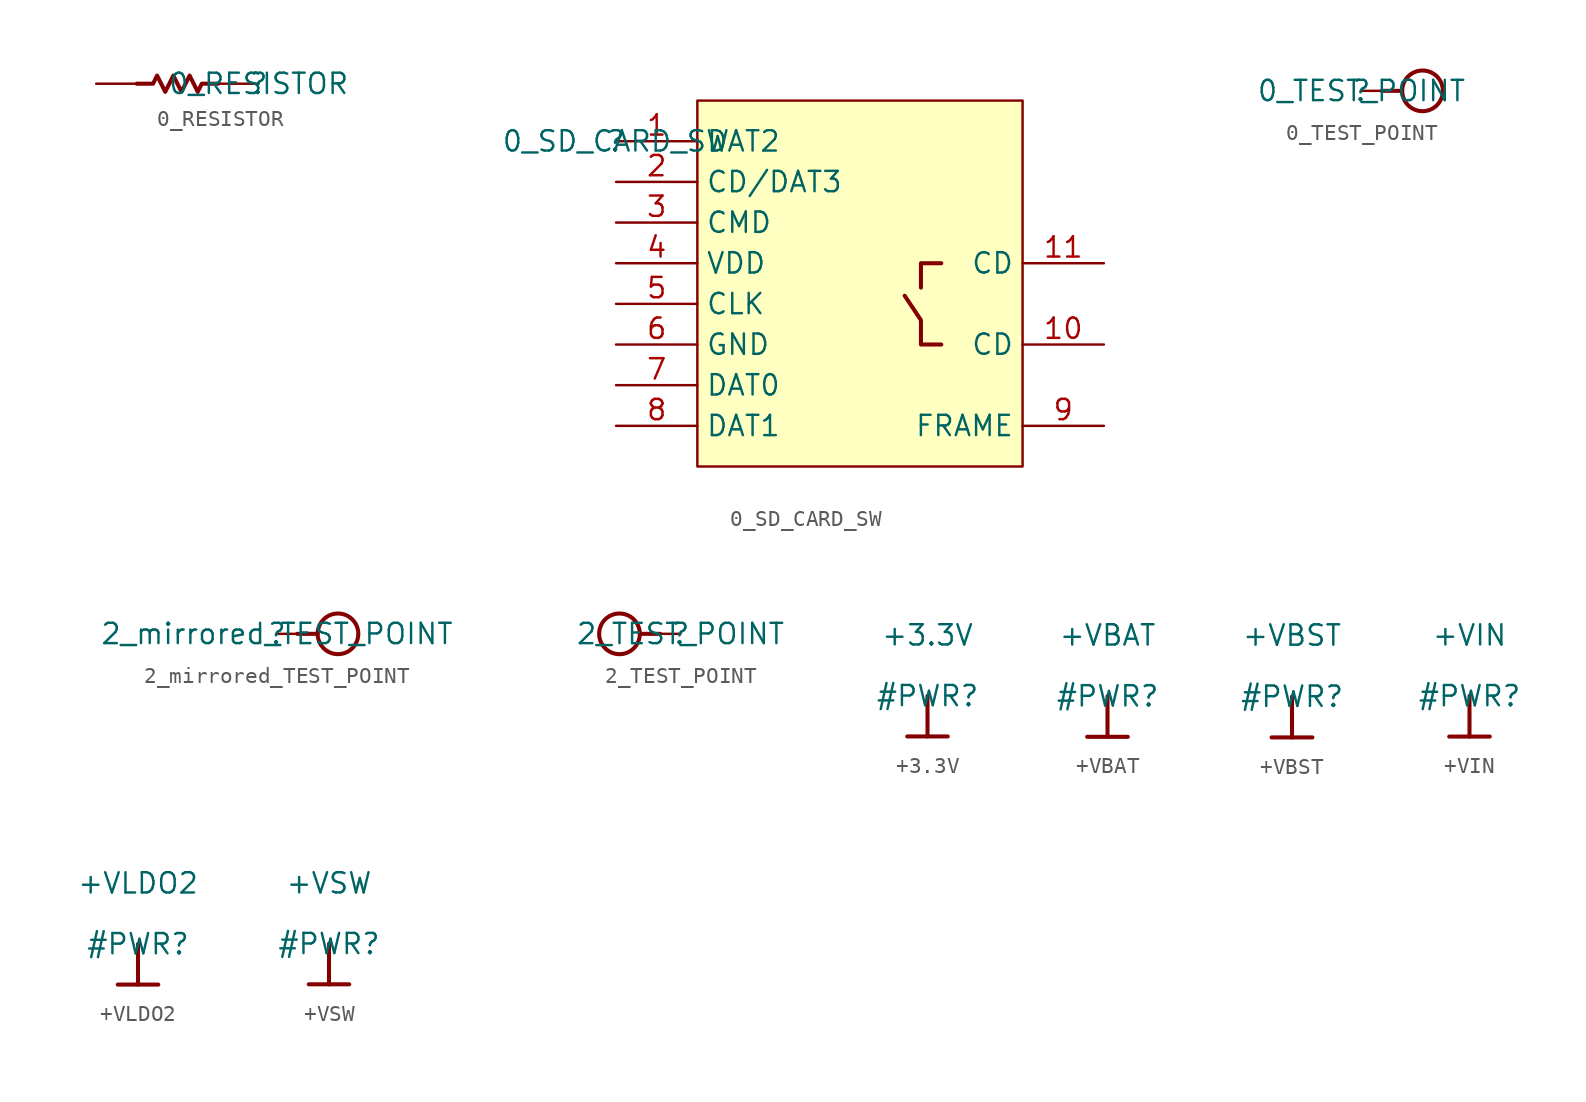
<source format=kicad_sym>
(kicad_symbol_lib
  (version 20210619)
  (generator kicad_symbol_editor)
  (symbol "OSD19001_BREAKOUTS-altium-import:0_RESISTOR"
    (property "Reference" ""
      (at 0 0 0)
      (effects (font (size 1.27 1.27))))
    (property "Value" "0_RESISTOR"
      (at 0 0 0)
      (effects (font (size 1.27 1.27))))
    (symbol "0_RESISTOR_1_0"
      (polyline (pts (xy -2.54 0) (xy -3.556 0) (xy -3.81 -0.508) (xy -4.318 0.508) (xy -4.826 -0.508) (xy -5.334 0.508) (xy -5.842 -0.508) (xy -6.35 0.508) (xy -6.604 0) (xy -7.62 0)) (stroke (width 0.254)) (fill (type none)))
      (pin passive line (at -10.16 0 0) (length 2.54) (name "1" (effects (font (size 0 0)))) (number "1" (effects (font (size 0 0)))))
      (pin passive line (at 0 0 180) (length 2.54) (name "2" (effects (font (size 0 0)))) (number "2" (effects (font (size 0 0)))))))
  (symbol "OSD19001_BREAKOUTS-altium-import:0_SD_CARD_SW"
    (property "Reference" ""
      (at 0 0 0)
      (effects (font (size 1.27 1.27))))
    (property "Value" "0_SD_CARD_SW"
      (at 0 0 0)
      (effects (font (size 1.27 1.27))))
    (symbol "0_SD_CARD_SW_1_0"
      (rectangle (start 25.4 2.54) (end 5.08 -20.32) (stroke (width 0)) (fill (type background)))
      (polyline (pts (xy 20.32 -12.7) (xy 19.05 -12.7) (xy 19.05 -11.176) (xy 18.034 -9.652)) (stroke (width 0.254)) (fill (type none)))
      (polyline (pts (xy 20.32 -7.62) (xy 19.05 -7.62) (xy 19.05 -9.144)) (stroke (width 0.254)) (fill (type none)))
      (pin passive line (at 0 0 0) (length 5.08) (name "DAT2" (effects (font (size 1.27 1.27)))) (number "1" (effects (font (size 1.27 1.27)))))
      (pin passive line (at 30.48 -12.7 180) (length 5.08) (name "CD" (effects (font (size 1.27 1.27)))) (number "10" (effects (font (size 1.27 1.27)))))
      (pin passive line (at 30.48 -7.62 180) (length 5.08) (name "CD" (effects (font (size 1.27 1.27)))) (number "11" (effects (font (size 1.27 1.27)))))
      (pin passive line (at 0 -2.54 0) (length 5.08) (name "CD/DAT3" (effects (font (size 1.27 1.27)))) (number "2" (effects (font (size 1.27 1.27)))))
      (pin passive line (at 0 -5.08 0) (length 5.08) (name "CMD" (effects (font (size 1.27 1.27)))) (number "3" (effects (font (size 1.27 1.27)))))
      (pin passive line (at 0 -7.62 0) (length 5.08) (name "VDD" (effects (font (size 1.27 1.27)))) (number "4" (effects (font (size 1.27 1.27)))))
      (pin passive line (at 0 -10.16 0) (length 5.08) (name "CLK" (effects (font (size 1.27 1.27)))) (number "5" (effects (font (size 1.27 1.27)))))
      (pin passive line (at 0 -12.7 0) (length 5.08) (name "GND" (effects (font (size 1.27 1.27)))) (number "6" (effects (font (size 1.27 1.27)))))
      (pin passive line (at 0 -15.24 0) (length 5.08) (name "DAT0" (effects (font (size 1.27 1.27)))) (number "7" (effects (font (size 1.27 1.27)))))
      (pin passive line (at 0 -17.78 0) (length 5.08) (name "DAT1" (effects (font (size 1.27 1.27)))) (number "8" (effects (font (size 1.27 1.27)))))
      (pin passive line (at 30.48 -17.78 180) (length 5.08) (name "FRAME" (effects (font (size 1.27 1.27)))) (number "9" (effects (font (size 1.27 1.27)))))))
  (symbol "OSD19001_BREAKOUTS-altium-import:0_TEST_POINT"
    (property "Reference" ""
      (at 0 0 0)
      (effects (font (size 1.27 1.27))))
    (property "Value" "0_TEST_POINT"
      (at 0 0 0)
      (effects (font (size 1.27 1.27))))
    (symbol "0_TEST_POINT_1_0"
      (circle (center 3.81 0) (radius 1.27) (stroke (width 0.254)) (fill (type none)))
      (polyline (pts (xy 1.27 0) (xy 2.54 0)) (stroke (width 0.254)) (fill (type none)))
      (pin passive line (at 0 0 0) (length 1.27) (name "1" (effects (font (size 0 0)))) (number "1" (effects (font (size 0 0)))))))
  (symbol "OSD19001_BREAKOUTS-altium-import:2_mirrored_TEST_POINT"
    (property "Reference" ""
      (at 0 0 0)
      (effects (font (size 1.27 1.27))))
    (property "Value" "2_mirrored_TEST_POINT"
      (at 0 0 0)
      (effects (font (size 1.27 1.27))))
    (symbol "2_mirrored_TEST_POINT_1_0"
      (circle (center 3.81 0) (radius 1.27) (stroke (width 0.254)) (fill (type none)))
      (polyline (pts (xy 1.27 0) (xy 2.54 0)) (stroke (width 0.254)) (fill (type none)))
      (pin passive line (at 0 0 0) (length 1.27) (name "1" (effects (font (size 0 0)))) (number "1" (effects (font (size 0 0)))))))
  (symbol "OSD19001_BREAKOUTS-altium-import:2_TEST_POINT"
    (property "Reference" ""
      (at 0 0 0)
      (effects (font (size 1.27 1.27))))
    (property "Value" "2_TEST_POINT"
      (at 0 0 0)
      (effects (font (size 1.27 1.27))))
    (symbol "2_TEST_POINT_1_0"
      (circle (center -3.81 0) (radius 1.27) (stroke (width 0.254)) (fill (type none)))
      (polyline (pts (xy -1.27 0) (xy -2.54 0)) (stroke (width 0.254)) (fill (type none)))
      (pin passive line (at 0 0 180) (length 1.27) (name "1" (effects (font (size 0 0)))) (number "1" (effects (font (size 0 0)))))))
  (symbol "OSD19001_BREAKOUTS-altium-import:+3.3V"
    (power)
    (property "Reference" "#PWR"
      (at 0 0 0)
      (effects (font (size 1.27 1.27))))
    (property "Value" "+3.3V"
      (at 0 3.81 0)
      (effects (font (size 1.27 1.27))))
    (symbol "+3.3V_0_0"
      (polyline (pts (xy -1.27 -2.54) (xy 1.27 -2.54)) (stroke (width 0.254)) (fill (type none)))
      (polyline (pts (xy 0 0) (xy 0 -2.54)) (stroke (width 0.254)) (fill (type none)))
      (pin power_in line (at 0 0 0) (length 0) hide (name "+3.3V" (effects (font (size 1.27 1.27)))) (number "" (effects (font (size 1.27 1.27)))))))
  (symbol "OSD19001_BREAKOUTS-altium-import:+VBAT"
    (power)
    (property "Reference" "#PWR"
      (at 0 0 0)
      (effects (font (size 1.27 1.27))))
    (property "Value" "+VBAT"
      (at 0 3.81 0)
      (effects (font (size 1.27 1.27))))
    (symbol "+VBAT_0_0"
      (polyline (pts (xy -1.27 -2.54) (xy 1.27 -2.54)) (stroke (width 0.254)) (fill (type none)))
      (polyline (pts (xy 0 0) (xy 0 -2.54)) (stroke (width 0.254)) (fill (type none)))
      (pin power_in line (at 0 0 0) (length 0) hide (name "+VBAT" (effects (font (size 1.27 1.27)))) (number "" (effects (font (size 1.27 1.27)))))))
  (symbol "OSD19001_BREAKOUTS-altium-import:+VBST"
    (power)
    (property "Reference" "#PWR"
      (at 0 0 0)
      (effects (font (size 1.27 1.27))))
    (property "Value" "+VBST"
      (at 0 3.81 0)
      (effects (font (size 1.27 1.27))))
    (symbol "+VBST_0_0"
      (polyline (pts (xy -1.27 -2.54) (xy 1.27 -2.54)) (stroke (width 0.254)) (fill (type none)))
      (polyline (pts (xy 0 0) (xy 0 -2.54)) (stroke (width 0.254)) (fill (type none)))
      (pin power_in line (at 0 0 0) (length 0) hide (name "+VBST" (effects (font (size 1.27 1.27)))) (number "" (effects (font (size 1.27 1.27)))))))
  (symbol "OSD19001_BREAKOUTS-altium-import:+VIN"
    (power)
    (property "Reference" "#PWR"
      (at 0 0 0)
      (effects (font (size 1.27 1.27))))
    (property "Value" "+VIN"
      (at 0 3.81 0)
      (effects (font (size 1.27 1.27))))
    (symbol "+VIN_0_0"
      (polyline (pts (xy -1.27 -2.54) (xy 1.27 -2.54)) (stroke (width 0.254)) (fill (type none)))
      (polyline (pts (xy 0 0) (xy 0 -2.54)) (stroke (width 0.254)) (fill (type none)))
      (pin power_in line (at 0 0 0) (length 0) hide (name "+VIN" (effects (font (size 1.27 1.27)))) (number "" (effects (font (size 1.27 1.27)))))))
  (symbol "OSD19001_BREAKOUTS-altium-import:+VLDO2"
    (power)
    (property "Reference" "#PWR"
      (at 0 0 0)
      (effects (font (size 1.27 1.27))))
    (property "Value" "+VLDO2"
      (at 0 3.81 0)
      (effects (font (size 1.27 1.27))))
    (symbol "+VLDO2_0_0"
      (polyline (pts (xy -1.27 -2.54) (xy 1.27 -2.54)) (stroke (width 0.254)) (fill (type none)))
      (polyline (pts (xy 0 0) (xy 0 -2.54)) (stroke (width 0.254)) (fill (type none)))
      (pin power_in line (at 0 0 0) (length 0) hide (name "+VLDO2" (effects (font (size 1.27 1.27)))) (number "" (effects (font (size 1.27 1.27)))))))
  (symbol "OSD19001_BREAKOUTS-altium-import:+VSW"
    (power)
    (property "Reference" "#PWR"
      (at 0 0 0)
      (effects (font (size 1.27 1.27))))
    (property "Value" "+VSW"
      (at 0 3.81 0)
      (effects (font (size 1.27 1.27))))
    (symbol "+VSW_0_0"
      (polyline (pts (xy -1.27 -2.54) (xy 1.27 -2.54)) (stroke (width 0.254)) (fill (type none)))
      (polyline (pts (xy 0 0) (xy 0 -2.54)) (stroke (width 0.254)) (fill (type none)))
      (pin power_in line (at 0 0 0) (length 0) hide (name "+VSW" (effects (font (size 1.27 1.27)))) (number "" (effects (font (size 1.27 1.27))))))))
</source>
